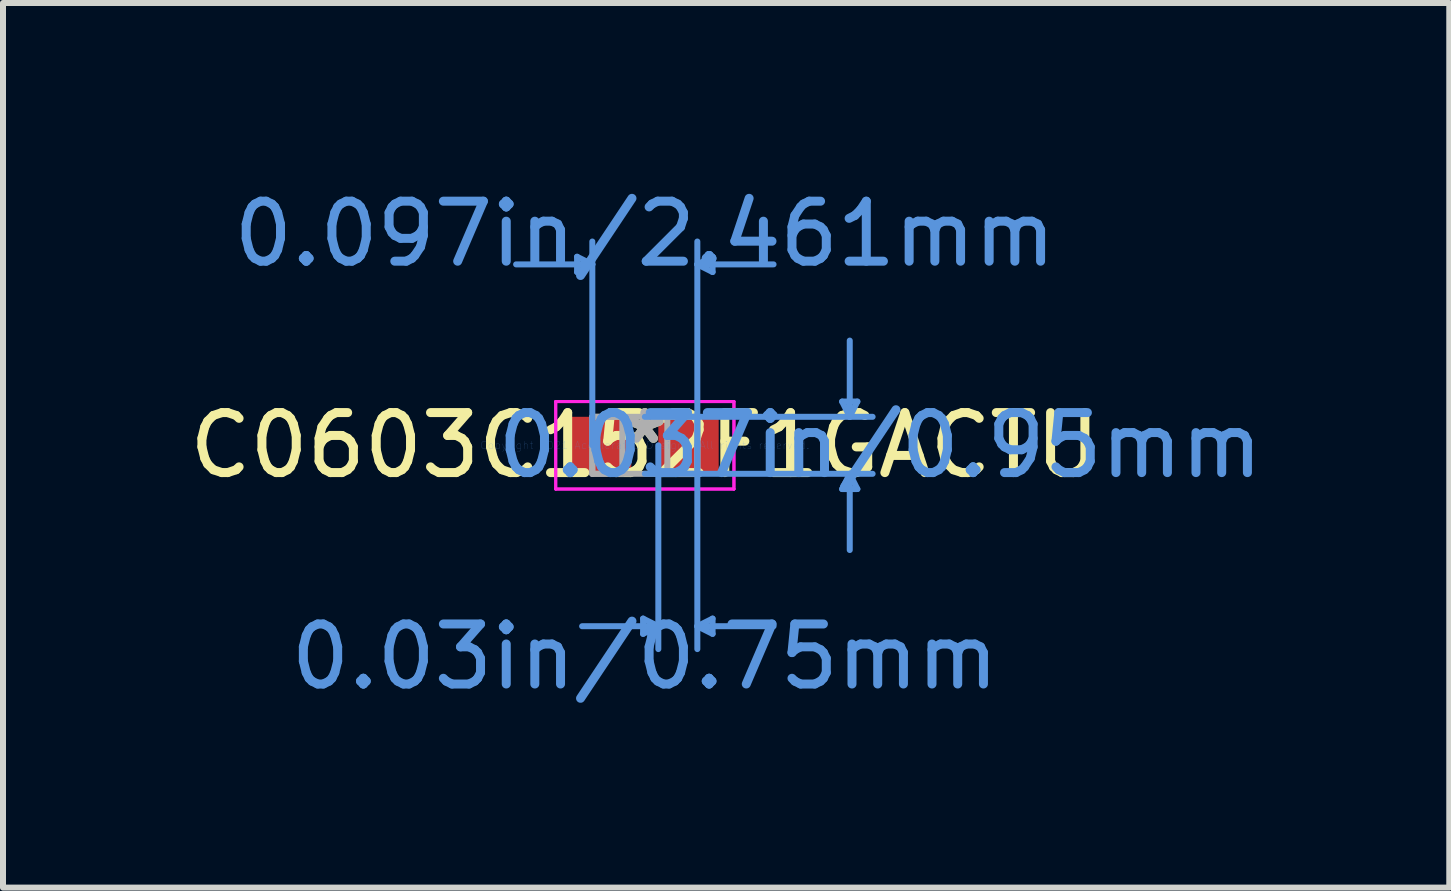
<source format=kicad_pcb>
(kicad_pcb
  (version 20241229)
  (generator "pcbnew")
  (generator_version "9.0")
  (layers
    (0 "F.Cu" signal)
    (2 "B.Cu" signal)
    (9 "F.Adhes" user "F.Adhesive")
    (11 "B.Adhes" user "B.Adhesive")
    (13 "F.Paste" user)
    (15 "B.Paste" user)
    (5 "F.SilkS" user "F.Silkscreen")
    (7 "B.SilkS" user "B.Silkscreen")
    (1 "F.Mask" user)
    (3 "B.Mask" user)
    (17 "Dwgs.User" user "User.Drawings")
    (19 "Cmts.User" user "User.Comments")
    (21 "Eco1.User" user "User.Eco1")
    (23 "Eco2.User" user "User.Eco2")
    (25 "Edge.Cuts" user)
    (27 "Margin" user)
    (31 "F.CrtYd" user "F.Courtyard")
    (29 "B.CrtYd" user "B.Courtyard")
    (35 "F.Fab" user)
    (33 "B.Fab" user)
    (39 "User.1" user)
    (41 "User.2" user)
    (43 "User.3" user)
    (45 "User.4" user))
  (footprint "C0603C152F1GACTU"
    (layer "F.Cu")
    (at 7.696 4.371)
    (property "Reference" "C0603C152F1GACTU" (at 0 0 0) (layer "F.SilkS") (effects (font (size 1 1) (thickness 0.15))))
    (attr through_hole)
    (fp_line (start -1.129 -3.142) (end -1.129 -2.888) (stroke (width 0.1) (type solid)) (layer "Cmts.User"))
    (fp_line (start -0.875 -3.015) (end -2.145 -3.015) (stroke (width 0.1) (type solid)) (layer "Cmts.User"))
    (fp_line (start -0.875 -3.015) (end -1.129 -3.142) (stroke (width 0.1) (type solid)) (layer "Cmts.User"))
    (fp_line (start -0.875 -3.015) (end -1.129 -2.888) (stroke (width 0.1) (type solid)) (layer "Cmts.User"))
    (fp_line (start -0.875 0) (end -0.875 -3.396) (stroke (width 0.1) (type solid)) (layer "Cmts.User"))
    (fp_line (start -0.029 2.888) (end -0.029 3.142) (stroke (width 0.1) (type solid)) (layer "Cmts.User"))
    (fp_line (start 0 -0.475) (end 3.796 -0.475) (stroke (width 0.1) (type solid)) (layer "Cmts.User"))
    (fp_line (start 0 0.475) (end 3.796 0.475) (stroke (width 0.1) (type solid)) (layer "Cmts.User"))
    (fp_line (start 0.225 0) (end 0.225 3.396) (stroke (width 0.1) (type solid)) (layer "Cmts.User"))
    (fp_line (start 0.225 3.015) (end -1.045 3.015) (stroke (width 0.1) (type solid)) (layer "Cmts.User"))
    (fp_line (start 0.225 3.015) (end -0.029 2.888) (stroke (width 0.1) (type solid)) (layer "Cmts.User"))
    (fp_line (start 0.225 3.015) (end -0.029 3.142) (stroke (width 0.1) (type solid)) (layer "Cmts.User"))
    (fp_line (start 0.875 -3.015) (end 1.129 -3.142) (stroke (width 0.1) (type solid)) (layer "Cmts.User"))
    (fp_line (start 0.875 -3.015) (end 1.129 -2.888) (stroke (width 0.1) (type solid)) (layer "Cmts.User"))
    (fp_line (start 0.875 -3.015) (end 2.145 -3.015) (stroke (width 0.1) (type solid)) (layer "Cmts.User"))
    (fp_line (start 0.875 0) (end 0.875 -3.396) (stroke (width 0.1) (type solid)) (layer "Cmts.User"))
    (fp_line (start 0.875 0) (end 0.875 3.396) (stroke (width 0.1) (type solid)) (layer "Cmts.User"))
    (fp_line (start 0.875 3.015) (end 1.129 2.888) (stroke (width 0.1) (type solid)) (layer "Cmts.User"))
    (fp_line (start 0.875 3.015) (end 1.129 3.142) (stroke (width 0.1) (type solid)) (layer "Cmts.User"))
    (fp_line (start 0.875 3.015) (end 2.145 3.015) (stroke (width 0.1) (type solid)) (layer "Cmts.User"))
    (fp_line (start 1.129 -3.142) (end 1.129 -2.888) (stroke (width 0.1) (type solid)) (layer "Cmts.User"))
    (fp_line (start 1.129 2.888) (end 1.129 3.142) (stroke (width 0.1) (type solid)) (layer "Cmts.User"))
    (fp_line (start 3.288 -0.729) (end 3.542 -0.729) (stroke (width 0.1) (type solid)) (layer "Cmts.User"))
    (fp_line (start 3.288 0.729) (end 3.542 0.729) (stroke (width 0.1) (type solid)) (layer "Cmts.User"))
    (fp_line (start 3.415 -0.475) (end 3.288 -0.729) (stroke (width 0.1) (type solid)) (layer "Cmts.User"))
    (fp_line (start 3.415 -0.475) (end 3.415 -1.745) (stroke (width 0.1) (type solid)) (layer "Cmts.User"))
    (fp_line (start 3.415 -0.475) (end 3.542 -0.729) (stroke (width 0.1) (type solid)) (layer "Cmts.User"))
    (fp_line (start 3.415 0.475) (end 3.288 0.729) (stroke (width 0.1) (type solid)) (layer "Cmts.User"))
    (fp_line (start 3.415 0.475) (end 3.415 1.745) (stroke (width 0.1) (type solid)) (layer "Cmts.User"))
    (fp_line (start 3.415 0.475) (end 3.542 0.729) (stroke (width 0.1) (type solid)) (layer "Cmts.User"))
    (fp_line (start -1.485 -0.729) (end 1.485 -0.729) (stroke (width 0.05) (type solid)) (layer "F.CrtYd"))
    (fp_line (start -1.485 -0.729) (end 1.485 -0.729) (stroke (width 0.05) (type solid)) (layer "F.CrtYd"))
    (fp_line (start -1.485 0.729) (end -1.485 -0.729) (stroke (width 0.05) (type solid)) (layer "F.CrtYd"))
    (fp_line (start -1.485 0.729) (end -1.485 -0.729) (stroke (width 0.05) (type solid)) (layer "F.CrtYd"))
    (fp_line (start 1.485 -0.729) (end 1.485 0.729) (stroke (width 0.05) (type solid)) (layer "F.CrtYd"))
    (fp_line (start 1.485 -0.729) (end 1.485 0.729) (stroke (width 0.05) (type solid)) (layer "F.CrtYd"))
    (fp_line (start 1.485 0.729) (end -1.485 0.729) (stroke (width 0.05) (type solid)) (layer "F.CrtYd"))
    (fp_line (start 1.485 0.729) (end -1.485 0.729) (stroke (width 0.05) (type solid)) (layer "F.CrtYd"))
    (fp_line (start -0.875 -0.475) (end -0.875 0.475) (stroke (width 0.1) (type solid)) (layer "F.Fab"))
    (fp_line (start -0.875 -0.475) (end -0.875 0.475) (stroke (width 0.1) (type solid)) (layer "F.Fab"))
    (fp_line (start -0.875 0.475) (end -0.375 0.475) (stroke (width 0.1) (type solid)) (layer "F.Fab"))
    (fp_line (start -0.875 0.475) (end 0.875 0.475) (stroke (width 0.1) (type solid)) (layer "F.Fab"))
    (fp_line (start -0.375 -0.475) (end -0.875 -0.475) (stroke (width 0.1) (type solid)) (layer "F.Fab"))
    (fp_line (start -0.375 0.475) (end -0.375 -0.475) (stroke (width 0.1) (type solid)) (layer "F.Fab"))
    (fp_line (start 0.375 -0.475) (end 0.375 0.475) (stroke (width 0.1) (type solid)) (layer "F.Fab"))
    (fp_line (start 0.375 0.475) (end 0.875 0.475) (stroke (width 0.1) (type solid)) (layer "F.Fab"))
    (fp_line (start 0.875 -0.475) (end -0.875 -0.475) (stroke (width 0.1) (type solid)) (layer "F.Fab"))
    (fp_line (start 0.875 -0.475) (end 0.375 -0.475) (stroke (width 0.1) (type solid)) (layer "F.Fab"))
    (fp_line (start 0.875 0.475) (end 0.875 -0.475) (stroke (width 0.1) (type solid)) (layer "F.Fab"))
    (fp_line (start 0.875 0.475) (end 0.875 -0.475) (stroke (width 0.1) (type solid)) (layer "F.Fab"))
    (fp_text user "*" (at 0 0 0) (layer "F.SilkS") (effects (font (size 1 1) (thickness 0.15))))
    (fp_text user "0.097in/2.461mm" (at 0 -3.523 0) (layer "Cmts.User") (effects (font (size 1 1) (thickness 0.15))))
    (fp_text user "0.037in/0.95mm" (at 3.923 0 0) (layer "Cmts.User") (effects (font (size 1 1) (thickness 0.15))))
    (fp_text user "Copyright 2021 Accelerated Designs. All rights reserved." (at 0 0 0) (layer "Cmts.User") (effects (font (size 0.127 0.127) (thickness 0.002))))
    (fp_text user "0.03in/0.75mm" (at 0 3.523 0) (layer "Cmts.User") (effects (font (size 1 1) (thickness 0.15))))
    (fp_text user "*" (at 0 0 0) (layer "F.Fab") (effects (font (size 1 1) (thickness 0.15))))
    (pad "1" smd rect (at -0.728 0) (size 1.006 0.95) (layers "F.Cu" "F.Mask" "F.Paste"))
    (pad "2" smd rect (at 0.728 0) (size 1.006 0.95) (layers "F.Cu" "F.Mask" "F.Paste")))
  (gr_rect
    (start -3 -3)
    (end 21.102 11.742)
    (stroke (width 0.1) (type default))
    (fill no)
    (layer "Edge.Cuts")))
</source>
